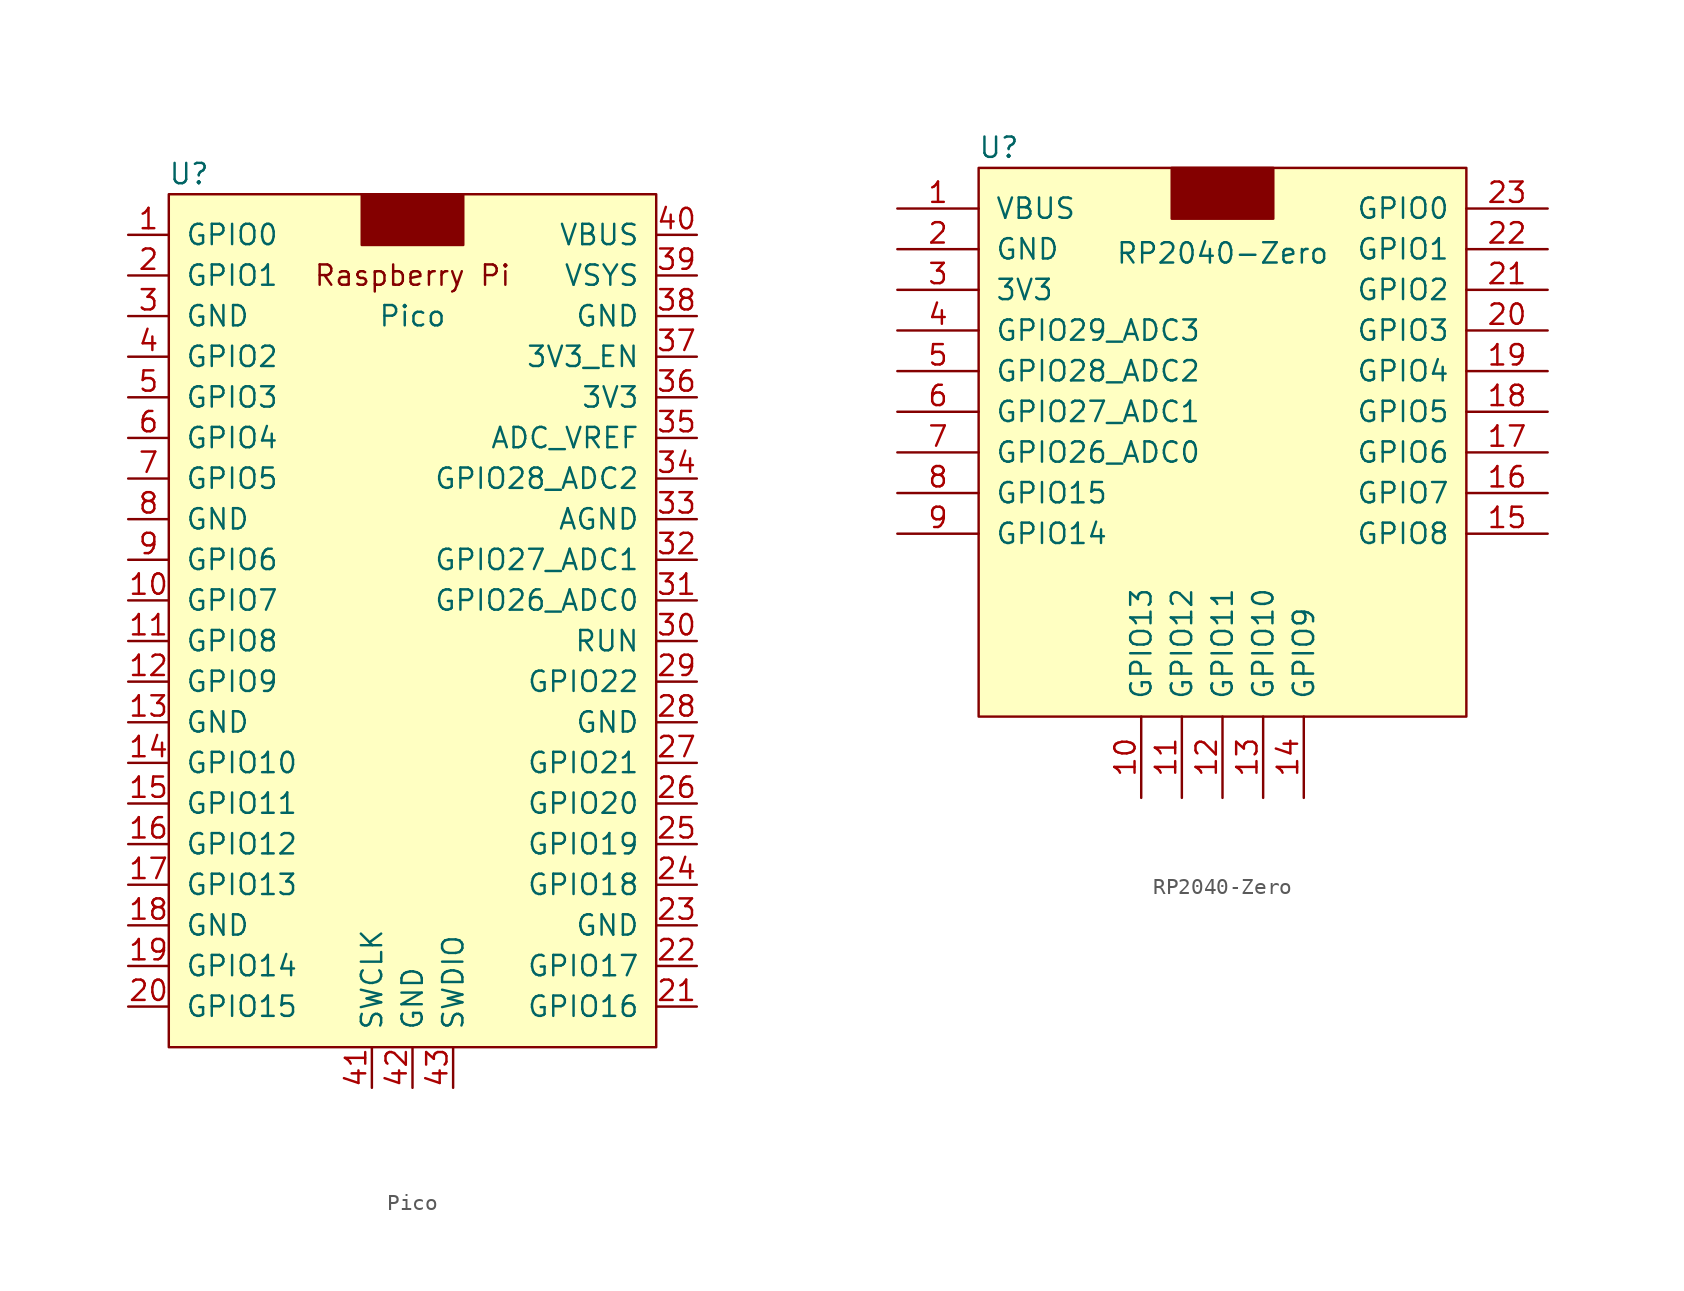
<source format=kicad_sym>
(kicad_symbol_lib
  (version 20231120)
  (generator "kicad_symbol_editor")
  (generator_version "8.0")
  (symbol "Pico"
    (pin_names
      (offset 1.016))
    (property "Reference" "U"
      (at -13.97 27.94 0)
      (effects (font (size 1.27 1.27))))
    (property "Value" "Pico"
      (at 0 19.05 0)
      (effects (font (size 1.27 1.27))))
    (symbol "Pico_0_0"
      (text "Raspberry Pi" (at 0 21.59 0) (effects (font (size 1.27 1.27)))))
    (symbol "Pico_0_1"
      (rectangle (start -15.24 26.67) (end 15.24 -26.67) (stroke (width 0) (type solid)) (fill (type background))))
    (symbol "Pico_1_1"
      (rectangle (start -3.175 26.67) (end 3.175 23.495) (stroke (width 0) (type default)) (fill (type outline)))
      (pin bidirectional line (at -17.78 24.13 0) (length 2.54) (name "GPIO0" (effects (font (size 1.27 1.27)))) (number "1" (effects (font (size 1.27 1.27)))))
      (pin bidirectional line (at -17.78 1.27 0) (length 2.54) (name "GPIO7" (effects (font (size 1.27 1.27)))) (number "10" (effects (font (size 1.27 1.27)))))
      (pin bidirectional line (at -17.78 -1.27 0) (length 2.54) (name "GPIO8" (effects (font (size 1.27 1.27)))) (number "11" (effects (font (size 1.27 1.27)))))
      (pin bidirectional line (at -17.78 -3.81 0) (length 2.54) (name "GPIO9" (effects (font (size 1.27 1.27)))) (number "12" (effects (font (size 1.27 1.27)))))
      (pin power_in line (at -17.78 -6.35 0) (length 2.54) (name "GND" (effects (font (size 1.27 1.27)))) (number "13" (effects (font (size 1.27 1.27)))))
      (pin bidirectional line (at -17.78 -8.89 0) (length 2.54) (name "GPIO10" (effects (font (size 1.27 1.27)))) (number "14" (effects (font (size 1.27 1.27)))))
      (pin bidirectional line (at -17.78 -11.43 0) (length 2.54) (name "GPIO11" (effects (font (size 1.27 1.27)))) (number "15" (effects (font (size 1.27 1.27)))))
      (pin bidirectional line (at -17.78 -13.97 0) (length 2.54) (name "GPIO12" (effects (font (size 1.27 1.27)))) (number "16" (effects (font (size 1.27 1.27)))))
      (pin bidirectional line (at -17.78 -16.51 0) (length 2.54) (name "GPIO13" (effects (font (size 1.27 1.27)))) (number "17" (effects (font (size 1.27 1.27)))))
      (pin power_in line (at -17.78 -19.05 0) (length 2.54) (name "GND" (effects (font (size 1.27 1.27)))) (number "18" (effects (font (size 1.27 1.27)))))
      (pin bidirectional line (at -17.78 -21.59 0) (length 2.54) (name "GPIO14" (effects (font (size 1.27 1.27)))) (number "19" (effects (font (size 1.27 1.27)))))
      (pin bidirectional line (at -17.78 21.59 0) (length 2.54) (name "GPIO1" (effects (font (size 1.27 1.27)))) (number "2" (effects (font (size 1.27 1.27)))))
      (pin bidirectional line (at -17.78 -24.13 0) (length 2.54) (name "GPIO15" (effects (font (size 1.27 1.27)))) (number "20" (effects (font (size 1.27 1.27)))))
      (pin bidirectional line (at 17.78 -24.13 180) (length 2.54) (name "GPIO16" (effects (font (size 1.27 1.27)))) (number "21" (effects (font (size 1.27 1.27)))))
      (pin bidirectional line (at 17.78 -21.59 180) (length 2.54) (name "GPIO17" (effects (font (size 1.27 1.27)))) (number "22" (effects (font (size 1.27 1.27)))))
      (pin power_in line (at 17.78 -19.05 180) (length 2.54) (name "GND" (effects (font (size 1.27 1.27)))) (number "23" (effects (font (size 1.27 1.27)))))
      (pin bidirectional line (at 17.78 -16.51 180) (length 2.54) (name "GPIO18" (effects (font (size 1.27 1.27)))) (number "24" (effects (font (size 1.27 1.27)))))
      (pin bidirectional line (at 17.78 -13.97 180) (length 2.54) (name "GPIO19" (effects (font (size 1.27 1.27)))) (number "25" (effects (font (size 1.27 1.27)))))
      (pin bidirectional line (at 17.78 -11.43 180) (length 2.54) (name "GPIO20" (effects (font (size 1.27 1.27)))) (number "26" (effects (font (size 1.27 1.27)))))
      (pin bidirectional line (at 17.78 -8.89 180) (length 2.54) (name "GPIO21" (effects (font (size 1.27 1.27)))) (number "27" (effects (font (size 1.27 1.27)))))
      (pin power_in line (at 17.78 -6.35 180) (length 2.54) (name "GND" (effects (font (size 1.27 1.27)))) (number "28" (effects (font (size 1.27 1.27)))))
      (pin bidirectional line (at 17.78 -3.81 180) (length 2.54) (name "GPIO22" (effects (font (size 1.27 1.27)))) (number "29" (effects (font (size 1.27 1.27)))))
      (pin power_in line (at -17.78 19.05 0) (length 2.54) (name "GND" (effects (font (size 1.27 1.27)))) (number "3" (effects (font (size 1.27 1.27)))))
      (pin input line (at 17.78 -1.27 180) (length 2.54) (name "RUN" (effects (font (size 1.27 1.27)))) (number "30" (effects (font (size 1.27 1.27)))))
      (pin bidirectional line (at 17.78 1.27 180) (length 2.54) (name "GPIO26_ADC0" (effects (font (size 1.27 1.27)))) (number "31" (effects (font (size 1.27 1.27)))))
      (pin bidirectional line (at 17.78 3.81 180) (length 2.54) (name "GPIO27_ADC1" (effects (font (size 1.27 1.27)))) (number "32" (effects (font (size 1.27 1.27)))))
      (pin power_in line (at 17.78 6.35 180) (length 2.54) (name "AGND" (effects (font (size 1.27 1.27)))) (number "33" (effects (font (size 1.27 1.27)))))
      (pin bidirectional line (at 17.78 8.89 180) (length 2.54) (name "GPIO28_ADC2" (effects (font (size 1.27 1.27)))) (number "34" (effects (font (size 1.27 1.27)))))
      (pin unspecified line (at 17.78 11.43 180) (length 2.54) (name "ADC_VREF" (effects (font (size 1.27 1.27)))) (number "35" (effects (font (size 1.27 1.27)))))
      (pin power_out line (at 17.78 13.97 180) (length 2.54) (name "3V3" (effects (font (size 1.27 1.27)))) (number "36" (effects (font (size 1.27 1.27)))))
      (pin input line (at 17.78 16.51 180) (length 2.54) (name "3V3_EN" (effects (font (size 1.27 1.27)))) (number "37" (effects (font (size 1.27 1.27)))))
      (pin power_in line (at 17.78 19.05 180) (length 2.54) (name "GND" (effects (font (size 1.27 1.27)))) (number "38" (effects (font (size 1.27 1.27)))))
      (pin power_in line (at 17.78 21.59 180) (length 2.54) (name "VSYS" (effects (font (size 1.27 1.27)))) (number "39" (effects (font (size 1.27 1.27)))))
      (pin bidirectional line (at -17.78 16.51 0) (length 2.54) (name "GPIO2" (effects (font (size 1.27 1.27)))) (number "4" (effects (font (size 1.27 1.27)))))
      (pin unspecified line (at 17.78 24.13 180) (length 2.54) (name "VBUS" (effects (font (size 1.27 1.27)))) (number "40" (effects (font (size 1.27 1.27)))))
      (pin input line (at -2.54 -29.21 90) (length 2.54) (name "SWCLK" (effects (font (size 1.27 1.27)))) (number "41" (effects (font (size 1.27 1.27)))))
      (pin power_in line (at 0 -29.21 90) (length 2.54) (name "GND" (effects (font (size 1.27 1.27)))) (number "42" (effects (font (size 1.27 1.27)))))
      (pin bidirectional line (at 2.54 -29.21 90) (length 2.54) (name "SWDIO" (effects (font (size 1.27 1.27)))) (number "43" (effects (font (size 1.27 1.27)))))
      (pin bidirectional line (at -17.78 13.97 0) (length 2.54) (name "GPIO3" (effects (font (size 1.27 1.27)))) (number "5" (effects (font (size 1.27 1.27)))))
      (pin bidirectional line (at -17.78 11.43 0) (length 2.54) (name "GPIO4" (effects (font (size 1.27 1.27)))) (number "6" (effects (font (size 1.27 1.27)))))
      (pin bidirectional line (at -17.78 8.89 0) (length 2.54) (name "GPIO5" (effects (font (size 1.27 1.27)))) (number "7" (effects (font (size 1.27 1.27)))))
      (pin power_in line (at -17.78 6.35 0) (length 2.54) (name "GND" (effects (font (size 1.27 1.27)))) (number "8" (effects (font (size 1.27 1.27)))))
      (pin bidirectional line (at -17.78 3.81 0) (length 2.54) (name "GPIO6" (effects (font (size 1.27 1.27)))) (number "9" (effects (font (size 1.27 1.27)))))))
  (symbol "RP2040-Zero"
    (pin_names
      (offset 1.016))
    (property "Reference" "U"
      (at -13.97 27.94 0)
      (effects (font (size 1.27 1.27))))
    (property "Value" "RP2040-Zero"
      (at 0 21.336 0)
      (effects (font (size 1.27 1.27))))
    (symbol "RP2040-Zero_0_1"
      (rectangle (start -15.24 26.67) (end 15.24 -7.62) (stroke (width 0) (type solid)) (fill (type background))))
    (symbol "RP2040-Zero_1_1"
      (rectangle (start -3.175 26.67) (end 3.175 23.495) (stroke (width 0) (type default)) (fill (type outline)))
      (pin power_out line (at -20.32 24.13 0) (length 5.08) (name "VBUS" (effects (font (size 1.27 1.27)))) (number "1" (effects (font (size 1.27 1.27)))))
      (pin bidirectional line (at -5.08 -12.7 90) (length 5.08) (name "GPIO13" (effects (font (size 1.27 1.27)))) (number "10" (effects (font (size 1.27 1.27)))))
      (pin bidirectional line (at -2.54 -12.7 90) (length 5.08) (name "GPIO12" (effects (font (size 1.27 1.27)))) (number "11" (effects (font (size 1.27 1.27)))))
      (pin bidirectional line (at 0 -12.7 90) (length 5.08) (name "GPIO11" (effects (font (size 1.27 1.27)))) (number "12" (effects (font (size 1.27 1.27)))))
      (pin bidirectional line (at 2.54 -12.7 90) (length 5.08) (name "GPIO10" (effects (font (size 1.27 1.27)))) (number "13" (effects (font (size 1.27 1.27)))))
      (pin bidirectional line (at 5.08 -12.7 90) (length 5.08) (name "GPIO9" (effects (font (size 1.27 1.27)))) (number "14" (effects (font (size 1.27 1.27)))))
      (pin bidirectional line (at 20.32 3.81 180) (length 5.08) (name "GPIO8" (effects (font (size 1.27 1.27)))) (number "15" (effects (font (size 1.27 1.27)))))
      (pin bidirectional line (at 20.32 6.35 180) (length 5.08) (name "GPIO7" (effects (font (size 1.27 1.27)))) (number "16" (effects (font (size 1.27 1.27)))))
      (pin bidirectional line (at 20.32 8.89 180) (length 5.08) (name "GPIO6" (effects (font (size 1.27 1.27)))) (number "17" (effects (font (size 1.27 1.27)))))
      (pin bidirectional line (at 20.32 11.43 180) (length 5.08) (name "GPIO5" (effects (font (size 1.27 1.27)))) (number "18" (effects (font (size 1.27 1.27)))))
      (pin bidirectional line (at 20.32 13.97 180) (length 5.08) (name "GPIO4" (effects (font (size 1.27 1.27)))) (number "19" (effects (font (size 1.27 1.27)))))
      (pin power_in line (at -20.32 21.59 0) (length 5.08) (name "GND" (effects (font (size 1.27 1.27)))) (number "2" (effects (font (size 1.27 1.27)))))
      (pin bidirectional line (at 20.32 16.51 180) (length 5.08) (name "GPIO3" (effects (font (size 1.27 1.27)))) (number "20" (effects (font (size 1.27 1.27)))))
      (pin bidirectional line (at 20.32 19.05 180) (length 5.08) (name "GPIO2" (effects (font (size 1.27 1.27)))) (number "21" (effects (font (size 1.27 1.27)))))
      (pin bidirectional line (at 20.32 21.59 180) (length 5.08) (name "GPIO1" (effects (font (size 1.27 1.27)))) (number "22" (effects (font (size 1.27 1.27)))))
      (pin bidirectional line (at 20.32 24.13 180) (length 5.08) (name "GPIO0" (effects (font (size 1.27 1.27)))) (number "23" (effects (font (size 1.27 1.27)))))
      (pin power_out line (at -20.32 19.05 0) (length 5.08) (name "3V3" (effects (font (size 1.27 1.27)))) (number "3" (effects (font (size 1.27 1.27)))))
      (pin bidirectional line (at -20.32 16.51 0) (length 5.08) (name "GPIO29_ADC3" (effects (font (size 1.27 1.27)))) (number "4" (effects (font (size 1.27 1.27)))))
      (pin bidirectional line (at -20.32 13.97 0) (length 5.08) (name "GPIO28_ADC2" (effects (font (size 1.27 1.27)))) (number "5" (effects (font (size 1.27 1.27)))))
      (pin bidirectional line (at -20.32 11.43 0) (length 5.08) (name "GPIO27_ADC1" (effects (font (size 1.27 1.27)))) (number "6" (effects (font (size 1.27 1.27)))))
      (pin bidirectional line (at -20.32 8.89 0) (length 5.08) (name "GPIO26_ADC0" (effects (font (size 1.27 1.27)))) (number "7" (effects (font (size 1.27 1.27)))))
      (pin bidirectional line (at -20.32 6.35 0) (length 5.08) (name "GPIO15" (effects (font (size 1.27 1.27)))) (number "8" (effects (font (size 1.27 1.27)))))
      (pin bidirectional line (at -20.32 3.81 0) (length 5.08) (name "GPIO14" (effects (font (size 1.27 1.27)))) (number "9" (effects (font (size 1.27 1.27))))))))
</source>
